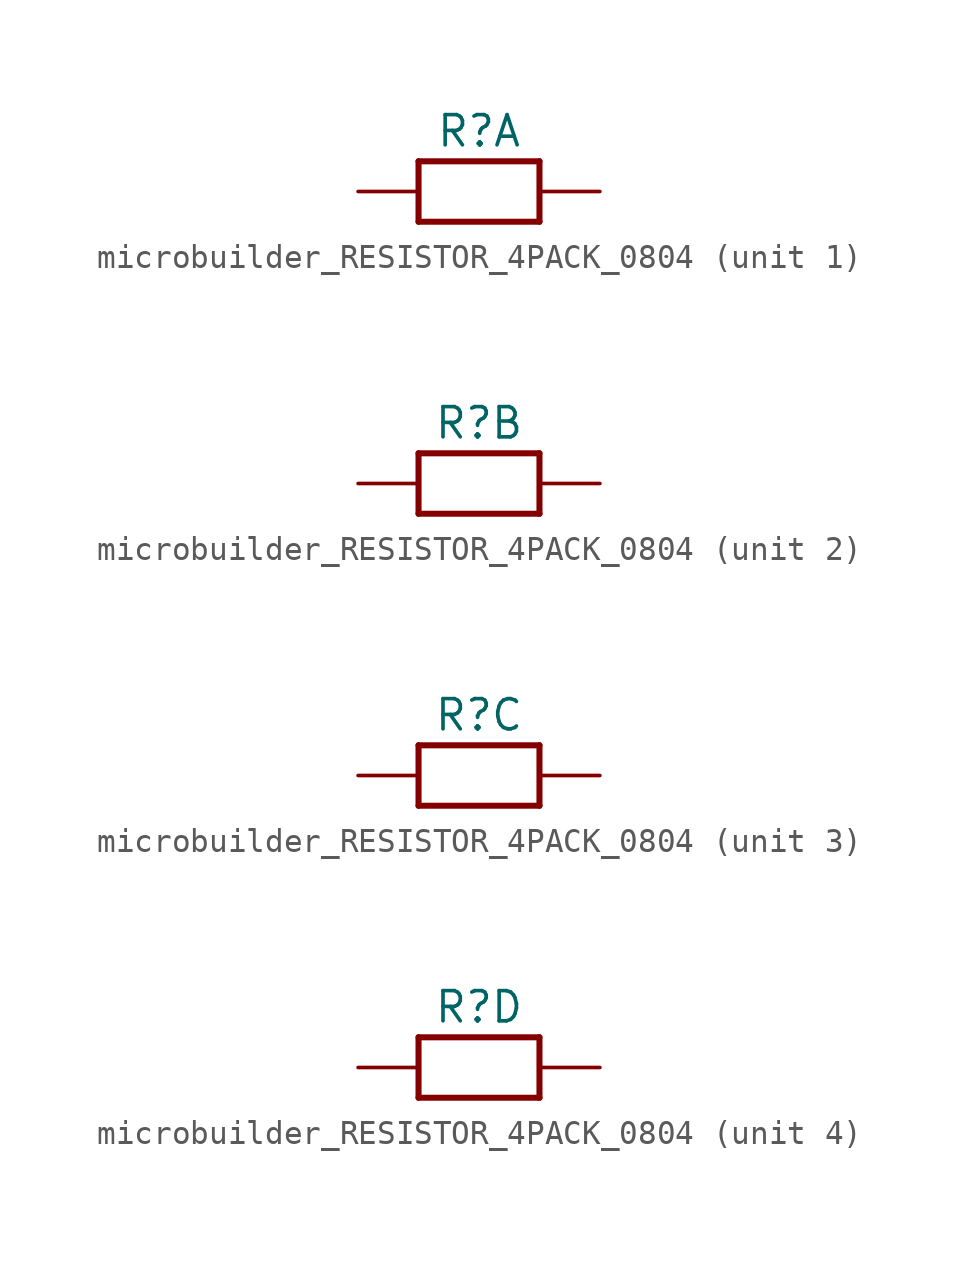
<source format=kicad_sym>
(kicad_symbol_lib
  (version 20231120)
  (generator "kicad_symbol_editor")
  (generator_version "8.0")
  (symbol "microbuilder_RESISTOR_4PACK_0804"
    (property "Reference" "R"
      (at 0 2.54 0)
      (effects (font (size 1.27 1.27))))
    (property "Value" ""
      (at 0 0 0)
      (effects (font (size 1.016 1.016) (bold yes))))
    (property "ki_locked" ""
      (at 0 0 0)
      (effects (font (size 1.27 1.27))))
    (symbol "microbuilder_RESISTOR_4PACK_0804_1_0"
      (polyline (pts (xy -2.54 -1.27) (xy -2.54 1.27)) (stroke (width 0.254) (type solid)) (fill (type none)))
      (polyline (pts (xy -2.54 1.27) (xy 2.54 1.27)) (stroke (width 0.254) (type solid)) (fill (type none)))
      (polyline (pts (xy 2.54 -1.27) (xy -2.54 -1.27)) (stroke (width 0.254) (type solid)) (fill (type none)))
      (polyline (pts (xy 2.54 1.27) (xy 2.54 -1.27)) (stroke (width 0.254) (type solid)) (fill (type none)))
      (pin passive line (at -5.08 0 0) (length 2.54) (name "1" (effects (font (size 0 0)))) (number "1" (effects (font (size 0 0)))))
      (pin passive line (at 5.08 0 180) (length 2.54) (name "2" (effects (font (size 0 0)))) (number "8" (effects (font (size 0 0))))))
    (symbol "microbuilder_RESISTOR_4PACK_0804_2_0"
      (polyline (pts (xy -2.54 -1.27) (xy -2.54 1.27)) (stroke (width 0.254) (type solid)) (fill (type none)))
      (polyline (pts (xy -2.54 1.27) (xy 2.54 1.27)) (stroke (width 0.254) (type solid)) (fill (type none)))
      (polyline (pts (xy 2.54 -1.27) (xy -2.54 -1.27)) (stroke (width 0.254) (type solid)) (fill (type none)))
      (polyline (pts (xy 2.54 1.27) (xy 2.54 -1.27)) (stroke (width 0.254) (type solid)) (fill (type none)))
      (pin passive line (at -5.08 0 0) (length 2.54) (name "1" (effects (font (size 0 0)))) (number "2" (effects (font (size 0 0)))))
      (pin passive line (at 5.08 0 180) (length 2.54) (name "2" (effects (font (size 0 0)))) (number "7" (effects (font (size 0 0))))))
    (symbol "microbuilder_RESISTOR_4PACK_0804_3_0"
      (polyline (pts (xy -2.54 -1.27) (xy -2.54 1.27)) (stroke (width 0.254) (type solid)) (fill (type none)))
      (polyline (pts (xy -2.54 1.27) (xy 2.54 1.27)) (stroke (width 0.254) (type solid)) (fill (type none)))
      (polyline (pts (xy 2.54 -1.27) (xy -2.54 -1.27)) (stroke (width 0.254) (type solid)) (fill (type none)))
      (polyline (pts (xy 2.54 1.27) (xy 2.54 -1.27)) (stroke (width 0.254) (type solid)) (fill (type none)))
      (pin passive line (at -5.08 0 0) (length 2.54) (name "1" (effects (font (size 0 0)))) (number "3" (effects (font (size 0 0)))))
      (pin passive line (at 5.08 0 180) (length 2.54) (name "2" (effects (font (size 0 0)))) (number "6" (effects (font (size 0 0))))))
    (symbol "microbuilder_RESISTOR_4PACK_0804_4_0"
      (polyline (pts (xy -2.54 -1.27) (xy -2.54 1.27)) (stroke (width 0.254) (type solid)) (fill (type none)))
      (polyline (pts (xy -2.54 1.27) (xy 2.54 1.27)) (stroke (width 0.254) (type solid)) (fill (type none)))
      (polyline (pts (xy 2.54 -1.27) (xy -2.54 -1.27)) (stroke (width 0.254) (type solid)) (fill (type none)))
      (polyline (pts (xy 2.54 1.27) (xy 2.54 -1.27)) (stroke (width 0.254) (type solid)) (fill (type none)))
      (pin passive line (at -5.08 0 0) (length 2.54) (name "1" (effects (font (size 0 0)))) (number "4" (effects (font (size 0 0)))))
      (pin passive line (at 5.08 0 180) (length 2.54) (name "2" (effects (font (size 0 0)))) (number "5" (effects (font (size 0 0))))))))
</source>
